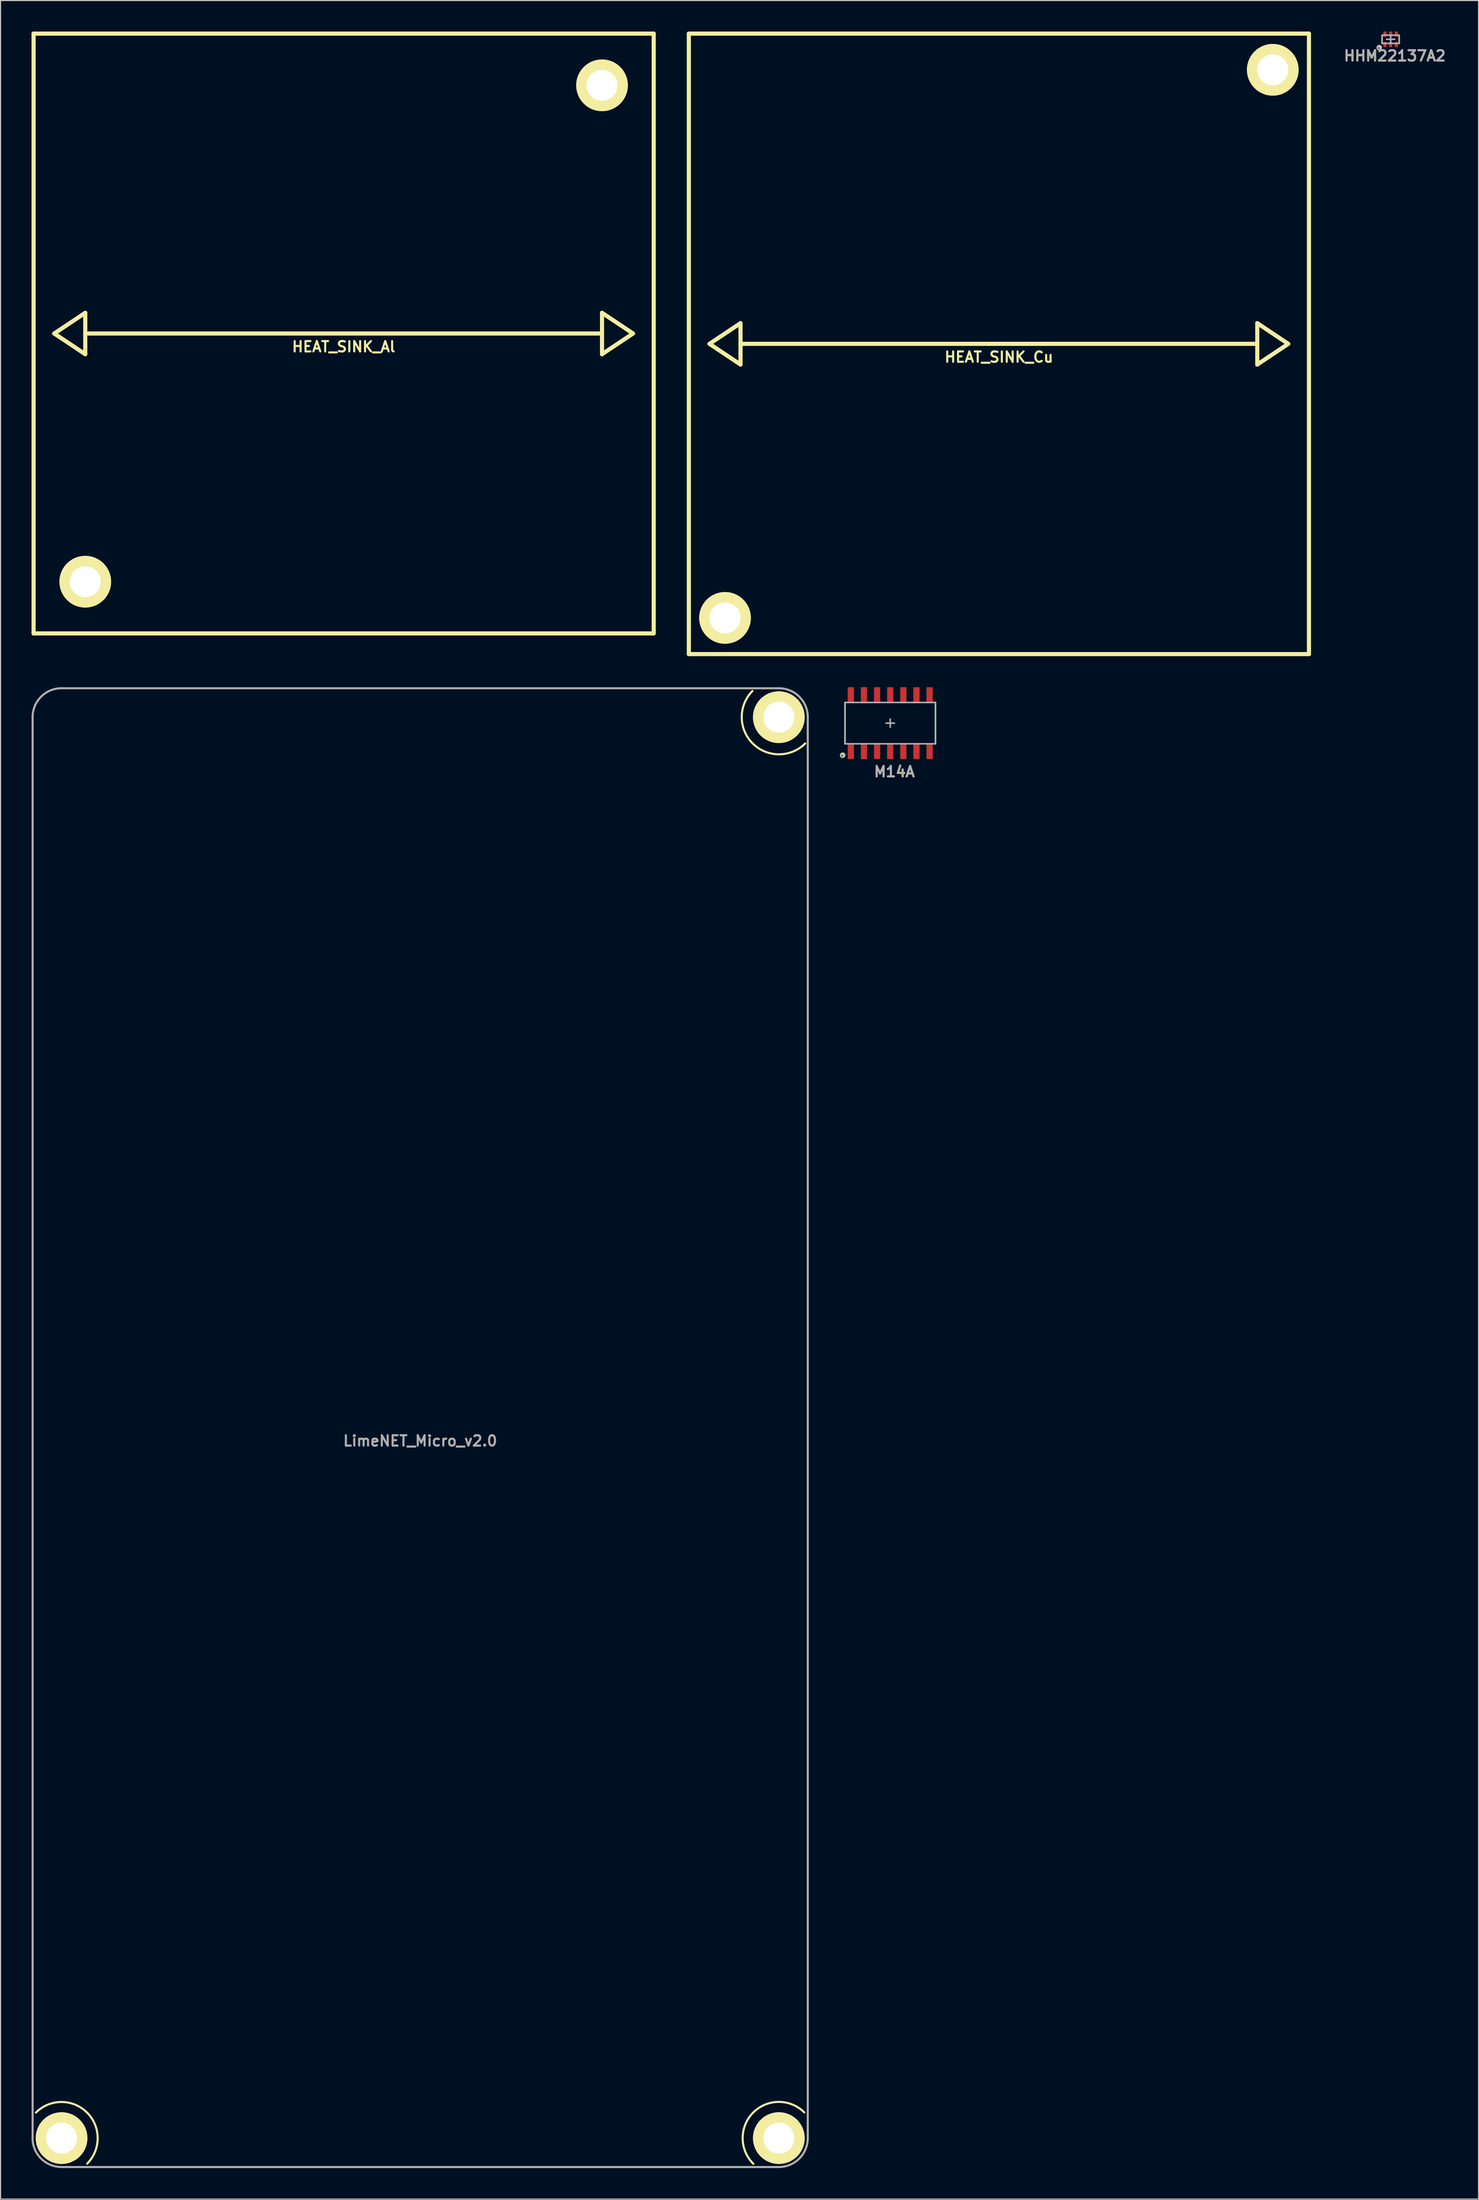
<source format=kicad_pcb>
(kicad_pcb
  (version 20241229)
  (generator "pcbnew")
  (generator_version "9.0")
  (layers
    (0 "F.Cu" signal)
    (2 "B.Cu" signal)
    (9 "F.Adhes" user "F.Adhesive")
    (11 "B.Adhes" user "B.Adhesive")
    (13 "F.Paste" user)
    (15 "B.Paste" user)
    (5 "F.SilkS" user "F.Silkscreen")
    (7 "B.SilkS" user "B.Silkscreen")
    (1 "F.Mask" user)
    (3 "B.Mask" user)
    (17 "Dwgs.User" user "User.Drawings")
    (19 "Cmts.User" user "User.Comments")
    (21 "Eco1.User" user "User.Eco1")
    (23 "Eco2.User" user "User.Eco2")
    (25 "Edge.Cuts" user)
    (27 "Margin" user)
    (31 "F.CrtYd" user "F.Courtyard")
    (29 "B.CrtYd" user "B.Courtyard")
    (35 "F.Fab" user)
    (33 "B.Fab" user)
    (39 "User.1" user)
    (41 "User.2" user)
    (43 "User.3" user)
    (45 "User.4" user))
  (footprint "LimeNET_Micro_v2.0"
    (layer "F.Cu")
    (at 37.607 135.003)
    (property "Reference" "LimeNET_Micro_v2.0" (at 0 1.28 0) (layer "F.Fab") (effects (font (size 1 1) (thickness 0.2))))
    (attr smd)
    (fp_arc (start -37.17798 66.22796) (mid -32.22796 66.22202) (end -32.22202 71.17204) (stroke (width 0.2) (type solid)) (layer "F.SilkS"))
    (fp_arc (start 32.2326 71.1835) (mid 32.2165 66.2326) (end 37.1674 66.2165) (stroke (width 0.2) (type solid)) (layer "F.SilkS"))
    (fp_arc (start 37.2491 -66.15938) (mid 32.15938 -66.1509) (end 32.1509 -71.24062) (stroke (width 0.2) (type solid)) (layer "F.SilkS"))
    (fp_line (start -37.5 68.7) (end -37.5 -68.7) (stroke (width 0.2) (type solid)) (layer "F.Fab"))
    (fp_line (start -34.7 -71.5) (end 34.7 -71.5) (stroke (width 0.2) (type solid)) (layer "F.Fab"))
    (fp_line (start -34.7 71.5) (end 34.7 71.5) (stroke (width 0.2) (type solid)) (layer "F.Fab"))
    (fp_line (start 37.5 68.7) (end 37.5 -68.7) (stroke (width 0.2) (type solid)) (layer "F.Fab"))
    (fp_arc (start -37.5036 -68.70284) (mid -36.683499 -70.682739) (end -34.7036 -71.50284) (stroke (width 0.2) (type solid)) (layer "F.Fab"))
    (fp_arc (start -34.70748 71.49642) (mid -36.687379 70.676319) (end -37.50748 68.69642) (stroke (width 0.2) (type solid)) (layer "F.Fab"))
    (fp_arc (start 34.70113 -71.50023) (mid 36.681029 -70.680129) (end 37.50113 -68.70023) (stroke (width 0.2) (type solid)) (layer "F.Fab"))
    (fp_arc (start 37.49979 68.69903) (mid 36.679689 70.678929) (end 34.69979 71.49903) (stroke (width 0.2) (type solid)) (layer "F.Fab"))
    (pad "1" thru_hole circle (at -34.7 68.7) (size 5 5) (drill 3) (layers "*.Cu" "*.Mask" "F.SilkS"))
    (pad "1" thru_hole circle (at 34.7 -68.7) (size 5 5) (drill 3) (layers "*.Cu" "*.Mask" "F.SilkS"))
    (pad "1" thru_hole circle (at 34.7 68.7) (size 5 5) (drill 3) (layers "*.Cu" "*.Mask" "F.SilkS")))
  (footprint "HEAT_SINK_Al"
    (layer "F.Cu")
    (at 30.2 29.2)
    (property "Reference" "HEAT_SINK_Al" (at 0 1.28 0) (layer "F.SilkS") (effects (font (size 1 1) (thickness 0.2))))
    (attr smd)
    (fp_line (start -30 -29) (end 30 -29) (stroke (width 0.4) (type solid)) (layer "F.SilkS"))
    (fp_line (start -30 29) (end -30 -29) (stroke (width 0.4) (type solid)) (layer "F.SilkS"))
    (fp_line (start -28 0) (end -25 -2) (stroke (width 0.4) (type solid)) (layer "F.SilkS"))
    (fp_line (start -25 -2) (end -25 2) (stroke (width 0.4) (type solid)) (layer "F.SilkS"))
    (fp_line (start -25 0) (end 25 0) (stroke (width 0.4) (type solid)) (layer "F.SilkS"))
    (fp_line (start -25 2) (end -28 0) (stroke (width 0.4) (type solid)) (layer "F.SilkS"))
    (fp_line (start 25 -2) (end 25 2) (stroke (width 0.4) (type solid)) (layer "F.SilkS"))
    (fp_line (start 25 2) (end 28 0) (stroke (width 0.4) (type solid)) (layer "F.SilkS"))
    (fp_line (start 28 0) (end 25 -2) (stroke (width 0.4) (type solid)) (layer "F.SilkS"))
    (fp_line (start 30 -29) (end 30 29) (stroke (width 0.4) (type solid)) (layer "F.SilkS"))
    (fp_line (start 30 29) (end -30 29) (stroke (width 0.4) (type solid)) (layer "F.SilkS"))
    (pad "1" thru_hole circle (at -25 24) (size 5 5) (drill 3) (layers "*.Cu" "*.Mask" "F.SilkS"))
    (pad "1" thru_hole circle (at 25 -24) (size 5 5) (drill 3) (layers "*.Cu" "*.Mask" "F.SilkS")))
  (footprint "HHM22137A2"
    (layer "F.Cu")
    (at 131.505 0.75)
    (property "Reference" "HHM22137A2" (at 0.4 1.6 0) (layer "F.SilkS") (effects (font (size 1 1) (thickness 0.2))))
    (attr through_hole)
    (fp_line (start -0.82 -0.4) (end -0.82 0.4) (stroke (width 0.15) (type solid)) (layer "F.SilkS"))
    (fp_line (start 0.82 -0.4) (end 0.82 0.4) (stroke (width 0.15) (type solid)) (layer "F.SilkS"))
    (fp_circle (center -1.14 0.84) (end -1.033 0.94) (stroke (width 0.152) (type solid)) (fill no) (layer "F.SilkS"))
    (fp_line (start -0.82 -0.4) (end -0.82 0.4) (stroke (width 0.15) (type solid)) (layer "F.Fab"))
    (fp_line (start -0.82 -0.4) (end 0.82 -0.4) (stroke (width 0.15) (type solid)) (layer "F.Fab"))
    (fp_line (start -0.82 0.4) (end 0.82 0.4) (stroke (width 0.15) (type solid)) (layer "F.Fab"))
    (fp_line (start -0.4 0) (end 0.4 0) (stroke (width 0.15) (type solid)) (layer "F.Fab"))
    (fp_line (start 0 -0.4) (end 0 0.4) (stroke (width 0.15) (type solid)) (layer "F.Fab"))
    (fp_line (start 0.82 -0.4) (end 0.82 0.4) (stroke (width 0.15) (type solid)) (layer "F.Fab"))
    (fp_circle (center -1.1 0.8) (end -0.9 0.8) (stroke (width 0.15) (type solid)) (fill no) (layer "F.Fab"))
    (fp_text user "${REFERENCE}" (at 0.4 1.6 0) (layer "F.Fab") (effects (font (size 1 1) (thickness 0.2))))
    (pad "1" smd rect (at -0.55 0.5) (size 0.3 0.5) (layers "F.Cu" "F.Mask" "F.Paste"))
    (pad "2" smd rect (at 0 0.5) (size 0.3 0.5) (layers "F.Cu" "F.Mask" "F.Paste"))
    (pad "3" smd rect (at 0.55 0.5) (size 0.3 0.5) (layers "F.Cu" "F.Mask" "F.Paste"))
    (pad "4" smd rect (at 0.55 -0.5) (size 0.3 0.5) (layers "F.Cu" "F.Mask" "F.Paste"))
    (pad "5" smd rect (at 0 -0.5) (size 0.3 0.5) (layers "F.Cu" "F.Mask" "F.Paste"))
    (pad "6" smd rect (at -0.55 -0.5) (size 0.3 0.5) (layers "F.Cu" "F.Mask" "F.Paste")))
  (footprint "M14A"
    (layer "F.Cu")
    (at 83.084 66.875)
    (property "Reference" "M14A" (at 0.4 4.7 0) (layer "F.SilkS") (effects (font (size 1 1) (thickness 0.2))))
    (attr through_hole)
    (fp_line (start -4.375 -2) (end -4.375 2) (stroke (width 0.15) (type solid)) (layer "F.SilkS"))
    (fp_line (start 4.375 -2) (end 4.375 2) (stroke (width 0.15) (type solid)) (layer "F.SilkS"))
    (fp_circle (center -4.64 3.14) (end -4.533 3.24) (stroke (width 0.152) (type solid)) (fill no) (layer "F.SilkS"))
    (fp_line (start -4.375 -2) (end -4.375 2) (stroke (width 0.15) (type solid)) (layer "F.Fab"))
    (fp_line (start -4.375 -2) (end 4.375 -2) (stroke (width 0.15) (type solid)) (layer "F.Fab"))
    (fp_line (start -4.375 2) (end 4.375 2) (stroke (width 0.15) (type solid)) (layer "F.Fab"))
    (fp_line (start -0.4 0) (end 0.4 0) (stroke (width 0.15) (type solid)) (layer "F.Fab"))
    (fp_line (start 0 -0.4) (end 0 0.4) (stroke (width 0.15) (type solid)) (layer "F.Fab"))
    (fp_line (start 4.375 -2) (end 4.375 2) (stroke (width 0.15) (type solid)) (layer "F.Fab"))
    (fp_circle (center -4.6 3.1) (end -4.4 3.1) (stroke (width 0.15) (type solid)) (fill no) (layer "F.Fab"))
    (fp_text user "${REFERENCE}" (at 0.4 4.7 0) (layer "F.Fab") (effects (font (size 1 1) (thickness 0.2))))
    (pad "1" smd rect (at -3.81 2.7) (size 0.6 1.55) (layers "F.Cu" "F.Mask" "F.Paste"))
    (pad "2" smd rect (at -2.54 2.7) (size 0.6 1.55) (layers "F.Cu" "F.Mask" "F.Paste"))
    (pad "3" smd rect (at -1.27 2.7) (size 0.6 1.55) (layers "F.Cu" "F.Mask" "F.Paste"))
    (pad "4" smd rect (at 0 2.7) (size 0.6 1.55) (layers "F.Cu" "F.Mask" "F.Paste"))
    (pad "5" smd rect (at 1.27 2.7) (size 0.6 1.55) (layers "F.Cu" "F.Mask" "F.Paste"))
    (pad "6" smd rect (at 2.54 2.7) (size 0.6 1.55) (layers "F.Cu" "F.Mask" "F.Paste"))
    (pad "7" smd rect (at 3.81 2.7) (size 0.6 1.55) (layers "F.Cu" "F.Mask" "F.Paste"))
    (pad "8" smd rect (at 3.81 -2.7) (size 0.6 1.55) (layers "F.Cu" "F.Mask" "F.Paste"))
    (pad "9" smd rect (at 2.54 -2.7) (size 0.6 1.55) (layers "F.Cu" "F.Mask" "F.Paste"))
    (pad "10" smd rect (at 1.27 -2.7) (size 0.6 1.55) (layers "F.Cu" "F.Mask" "F.Paste"))
    (pad "11" smd rect (at 0 -2.7) (size 0.6 1.55) (layers "F.Cu" "F.Mask" "F.Paste"))
    (pad "12" smd rect (at -1.27 -2.7) (size 0.6 1.55) (layers "F.Cu" "F.Mask" "F.Paste"))
    (pad "13" smd rect (at -2.54 -2.7) (size 0.6 1.55) (layers "F.Cu" "F.Mask" "F.Paste"))
    (pad "14" smd rect (at -3.81 -2.7) (size 0.6 1.55) (layers "F.Cu" "F.Mask" "F.Paste")))
  (footprint "HEAT_SINK_Cu"
    (layer "F.Cu")
    (at 93.6 30.2)
    (property "Reference" "HEAT_SINK_Cu" (at 0 1.28 0) (layer "F.SilkS") (effects (font (size 1 1) (thickness 0.2))))
    (attr smd)
    (fp_line (start -30 -30) (end 30 -30) (stroke (width 0.4) (type solid)) (layer "F.SilkS"))
    (fp_line (start -30 30) (end -30 -30) (stroke (width 0.4) (type solid)) (layer "F.SilkS"))
    (fp_line (start -28 0) (end -25 -2) (stroke (width 0.4) (type solid)) (layer "F.SilkS"))
    (fp_line (start -25 -2) (end -25 2) (stroke (width 0.4) (type solid)) (layer "F.SilkS"))
    (fp_line (start -25 0) (end 25 0) (stroke (width 0.4) (type solid)) (layer "F.SilkS"))
    (fp_line (start -25 2) (end -28 0) (stroke (width 0.4) (type solid)) (layer "F.SilkS"))
    (fp_line (start 25 -2) (end 25 2) (stroke (width 0.4) (type solid)) (layer "F.SilkS"))
    (fp_line (start 25 2) (end 28 0) (stroke (width 0.4) (type solid)) (layer "F.SilkS"))
    (fp_line (start 28 0) (end 25 -2) (stroke (width 0.4) (type solid)) (layer "F.SilkS"))
    (fp_line (start 30 -30) (end 30 30) (stroke (width 0.4) (type solid)) (layer "F.SilkS"))
    (fp_line (start 30 30) (end -30 30) (stroke (width 0.4) (type solid)) (layer "F.SilkS"))
    (pad "1" thru_hole circle (at -26.5 26.5) (size 5 5) (drill 3) (layers "*.Cu" "*.Mask" "F.SilkS"))
    (pad "1" thru_hole circle (at 26.5 -26.5) (size 5 5) (drill 3) (layers "*.Cu" "*.Mask" "F.SilkS")))
  (gr_rect
    (start -3 -3)
    (end 140.01 209.603)
    (stroke (width 0.1) (type default))
    (fill no)
    (layer "Edge.Cuts")))
</source>
